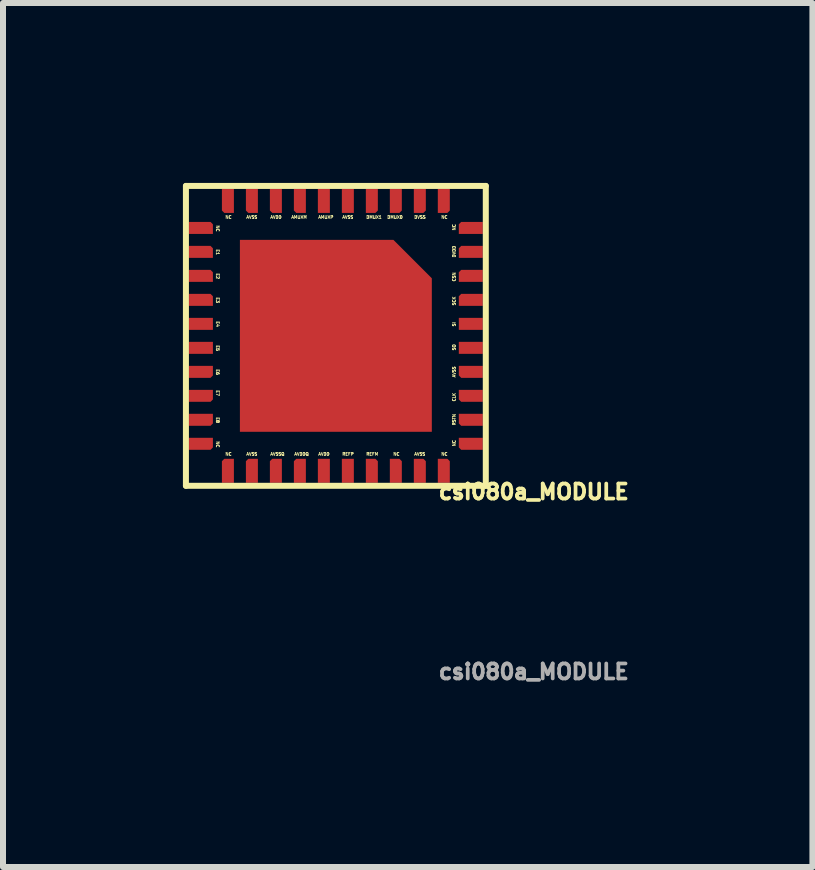
<source format=kicad_pcb>
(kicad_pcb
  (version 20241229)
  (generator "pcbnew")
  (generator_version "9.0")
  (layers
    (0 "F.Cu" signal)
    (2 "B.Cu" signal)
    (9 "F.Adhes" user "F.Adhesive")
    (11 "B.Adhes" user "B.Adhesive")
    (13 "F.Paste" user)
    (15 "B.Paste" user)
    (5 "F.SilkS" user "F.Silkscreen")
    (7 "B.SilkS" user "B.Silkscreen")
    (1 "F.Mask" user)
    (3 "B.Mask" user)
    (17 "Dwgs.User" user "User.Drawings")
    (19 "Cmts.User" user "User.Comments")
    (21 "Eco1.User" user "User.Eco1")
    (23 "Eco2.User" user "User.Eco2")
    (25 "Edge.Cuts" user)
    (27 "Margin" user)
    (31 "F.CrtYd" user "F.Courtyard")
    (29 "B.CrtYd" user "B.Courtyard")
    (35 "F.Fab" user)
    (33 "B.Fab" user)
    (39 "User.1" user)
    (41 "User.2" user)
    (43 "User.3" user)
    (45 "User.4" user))
  (footprint "csi080a_MODULE"
    (layer "F.Cu")
    (at 5.85 5.65)
    (property "Reference" "csi080a_MODULE" (at 0 -0.5 0) (unlocked yes) (layer "F.SilkS") (effects (font (size 0.25 0.25) (thickness 0.062))))
    (attr smd)
    (fp_line (start -5.8 -5.6) (end -0.8 -5.6) (stroke (width 0.1) (type default)) (layer "F.SilkS"))
    (fp_line (start -5.8 -0.6) (end -5.8 -5.6) (stroke (width 0.1) (type default)) (layer "F.SilkS"))
    (fp_line (start -0.8 -5.6) (end -0.8 -0.6) (stroke (width 0.1) (type default)) (layer "F.SilkS"))
    (fp_line (start -0.8 -0.6) (end -5.8 -0.6) (stroke (width 0.1) (type default)) (layer "F.SilkS"))
    (fp_text user "NC" (at -5.15 -1.1 0) (unlocked yes) (layer "F.SilkS") (effects (font (size 0.05 0.05) (thickness 0.013)) (justify left bottom)))
    (fp_text user "E8" (at -5.3 -1.75 270) (unlocked yes) (layer "F.SilkS") (effects (font (size 0.05 0.05) (thickness 0.013)) (justify left bottom)))
    (fp_text user "AVSS" (at -4.8 -1.1 0) (unlocked yes) (layer "F.SilkS") (effects (font (size 0.05 0.05) (thickness 0.013)) (justify left bottom)))
    (fp_text user "E3" (at -5.3 -3.75 270) (unlocked yes) (layer "F.SilkS") (effects (font (size 0.05 0.05) (thickness 0.013)) (justify left bottom)))
    (fp_text user "SO" (at -1.3 -2.85 90) (unlocked yes) (layer "F.SilkS") (effects (font (size 0.05 0.05) (thickness 0.013)) (justify left bottom)))
    (fp_text user "SI" (at -1.3 -3.25 90) (unlocked yes) (layer "F.SilkS") (effects (font (size 0.05 0.05) (thickness 0.013)) (justify left bottom)))
    (fp_text user "AVSS" (at -1.3 -2.4 90) (unlocked yes) (layer "F.SilkS") (effects (font (size 0.05 0.05) (thickness 0.013)) (justify left bottom)))
    (fp_text user "E5" (at -5.3 -2.95 270) (unlocked yes) (layer "F.SilkS") (effects (font (size 0.05 0.05) (thickness 0.013)) (justify left bottom)))
    (fp_text user "DMUX1" (at -2.8 -5.05 0) (unlocked yes) (layer "F.SilkS") (effects (font (size 0.05 0.05) (thickness 0.013)) (justify left bottom)))
    (fp_text user "AMUXM" (at -4.05 -5.05 0) (unlocked yes) (layer "F.SilkS") (effects (font (size 0.05 0.05) (thickness 0.013)) (justify left bottom)))
    (fp_text user "NC" (at -1.3 -1.25 90) (unlocked yes) (layer "F.SilkS") (effects (font (size 0.05 0.05) (thickness 0.013)) (justify left bottom)))
    (fp_text user "AVSS" (at -3.2 -5.05 0) (unlocked yes) (layer "F.SilkS") (effects (font (size 0.05 0.05) (thickness 0.013)) (justify left bottom)))
    (fp_text user "NC" (at -1.55 -1.1 0) (unlocked yes) (layer "F.SilkS") (effects (font (size 0.05 0.05) (thickness 0.013)) (justify left bottom)))
    (fp_text user "E7" (at -5.3 -2.2 270) (unlocked yes) (layer "F.SilkS") (effects (font (size 0.05 0.05) (thickness 0.013)) (justify left bottom)))
    (fp_text user "E4" (at -5.3 -3.35 270) (unlocked yes) (layer "F.SilkS") (effects (font (size 0.05 0.05) (thickness 0.013)) (justify left bottom)))
    (fp_text user "NC" (at -1.3 -4.85 90) (unlocked yes) (layer "F.SilkS") (effects (font (size 0.05 0.05) (thickness 0.013)) (justify left bottom)))
    (fp_text user "CSN" (at -1.3 -4 90) (unlocked yes) (layer "F.SilkS") (effects (font (size 0.05 0.05) (thickness 0.013)) (justify left bottom)))
    (fp_text user "RSTN" (at -1.3 -1.6 90) (unlocked yes) (layer "F.SilkS") (effects (font (size 0.05 0.05) (thickness 0.013)) (justify left bottom)))
    (fp_text user "NC" (at -2.35 -1.1 0) (unlocked yes) (layer "F.SilkS") (effects (font (size 0.05 0.05) (thickness 0.013)) (justify left bottom)))
    (fp_text user "SCK" (at -1.3 -3.6 90) (unlocked yes) (layer "F.SilkS") (effects (font (size 0.05 0.05) (thickness 0.013)) (justify left bottom)))
    (fp_text user "AVDD" (at -4.4 -5.05 0) (unlocked yes) (layer "F.SilkS") (effects (font (size 0.05 0.05) (thickness 0.013)) (justify left bottom)))
    (fp_text user "E6" (at -5.3 -2.55 270) (unlocked yes) (layer "F.SilkS") (effects (font (size 0.05 0.05) (thickness 0.013)) (justify left bottom)))
    (fp_text user "DMUX0" (at -2.45 -5.05 0) (unlocked yes) (layer "F.SilkS") (effects (font (size 0.05 0.05) (thickness 0.013)) (justify left bottom)))
    (fp_text user "NC" (at -5.3 -1.35 270) (unlocked yes) (layer "F.SilkS") (effects (font (size 0.05 0.05) (thickness 0.013)) (justify left bottom)))
    (fp_text user "DVDD" (at -1.3 -4.4 90) (unlocked yes) (layer "F.SilkS") (effects (font (size 0.05 0.05) (thickness 0.013)) (justify left bottom)))
    (fp_text user "CLK" (at -1.3 -2 90) (unlocked yes) (layer "F.SilkS") (effects (font (size 0.05 0.05) (thickness 0.013)) (justify left bottom)))
    (fp_text user "REFP" (at -3.2 -1.1 0) (unlocked yes) (layer "F.SilkS") (effects (font (size 0.05 0.05) (thickness 0.013)) (justify left bottom)))
    (fp_text user "AVDD" (at -3.6 -1.1 0) (unlocked yes) (layer "F.SilkS") (effects (font (size 0.05 0.05) (thickness 0.013)) (justify left bottom)))
    (fp_text user "AVSS" (at -4.8 -5.05 0) (unlocked yes) (layer "F.SilkS") (effects (font (size 0.05 0.05) (thickness 0.013)) (justify left bottom)))
    (fp_text user "AVDDQ" (at -4 -1.1 0) (unlocked yes) (layer "F.SilkS") (effects (font (size 0.05 0.05) (thickness 0.013)) (justify left bottom)))
    (fp_text user "E1" (at -5.3 -4.55 270) (unlocked yes) (layer "F.SilkS") (effects (font (size 0.05 0.05) (thickness 0.013)) (justify left bottom)))
    (fp_text user "NC" (at -5.15 -5.05 0) (unlocked yes) (layer "F.SilkS") (effects (font (size 0.05 0.05) (thickness 0.013)) (justify left bottom)))
    (fp_text user "AMUXP" (at -3.6 -5.05 0) (unlocked yes) (layer "F.SilkS") (effects (font (size 0.05 0.05) (thickness 0.013)) (justify left bottom)))
    (fp_text user "AVSS" (at -2 -1.1 0) (unlocked yes) (layer "F.SilkS") (effects (font (size 0.05 0.05) (thickness 0.013)) (justify left bottom)))
    (fp_text user "AVSSQ" (at -4.4 -1.1 0) (unlocked yes) (layer "F.SilkS") (effects (font (size 0.05 0.05) (thickness 0.013)) (justify left bottom)))
    (fp_text user "REFM" (at -2.8 -1.1 0) (unlocked yes) (layer "F.SilkS") (effects (font (size 0.05 0.05) (thickness 0.013)) (justify left bottom)))
    (fp_text user "NC" (at -1.55 -5.05 0) (unlocked yes) (layer "F.SilkS") (effects (font (size 0.05 0.05) (thickness 0.013)) (justify left bottom)))
    (fp_text user "DVSS" (at -2 -5.05 0) (unlocked yes) (layer "F.SilkS") (effects (font (size 0.05 0.05) (thickness 0.013)) (justify left bottom)))
    (fp_text user "E2" (at -5.3 -4.15 270) (unlocked yes) (layer "F.SilkS") (effects (font (size 0.05 0.05) (thickness 0.013)) (justify left bottom)))
    (fp_text user "NC" (at -5.3 -4.95 270) (unlocked yes) (layer "F.SilkS") (effects (font (size 0.05 0.05) (thickness 0.013)) (justify left bottom)))
    (fp_text user "${REFERENCE}" (at 0 2.5 0) (unlocked yes) (layer "F.Fab") (effects (font (size 0.25 0.25) (thickness 0.062))))
    (pad "1" smd roundrect (at -5.1 -5.35) (size 0.2 0.4) (layers "F.Cu" "F.Mask" "F.Paste") (roundrect_rratio 0) (chamfer_ratio 0.2) (chamfer bottom_left))
    (pad "2" smd roundrect (at -4.7 -5.35) (size 0.2 0.4) (layers "F.Cu" "F.Mask" "F.Paste") (roundrect_rratio 0) (chamfer_ratio 0.2) (chamfer bottom_left))
    (pad "3" smd roundrect (at -4.3 -5.35) (size 0.2 0.4) (layers "F.Cu" "F.Mask" "F.Paste") (roundrect_rratio 0) (chamfer_ratio 0.2) (chamfer bottom_left))
    (pad "4" smd roundrect (at -3.9 -5.35) (size 0.2 0.4) (layers "F.Cu" "F.Mask" "F.Paste") (roundrect_rratio 0) (chamfer_ratio 0.2) (chamfer bottom_left))
    (pad "5" smd roundrect (at -3.5 -5.35) (size 0.2 0.4) (layers "F.Cu" "F.Mask" "F.Paste") (roundrect_rratio 0) (chamfer_ratio 0.2) (chamfer))
    (pad "6" smd roundrect (at -3.1 -5.35) (size 0.2 0.4) (layers "F.Cu" "F.Mask" "F.Paste") (roundrect_rratio 0) (chamfer_ratio 0.2) (chamfer))
    (pad "7" smd roundrect (at -2.7 -5.35) (size 0.2 0.4) (layers "F.Cu" "F.Mask" "F.Paste") (roundrect_rratio 0) (chamfer_ratio 0.2) (chamfer bottom_right))
    (pad "8" smd roundrect (at -2.3 -5.35) (size 0.2 0.4) (layers "F.Cu" "F.Mask" "F.Paste") (roundrect_rratio 0) (chamfer_ratio 0.2) (chamfer bottom_right))
    (pad "9" smd roundrect (at -1.9 -5.35) (size 0.2 0.4) (layers "F.Cu" "F.Mask" "F.Paste") (roundrect_rratio 0) (chamfer_ratio 0.2) (chamfer bottom_right))
    (pad "10" smd roundrect (at -1.5 -5.35) (size 0.2 0.4) (layers "F.Cu" "F.Mask" "F.Paste") (roundrect_rratio 0) (chamfer_ratio 0.2) (chamfer bottom_right))
    (pad "11" smd roundrect (at -1.05 -4.9 90) (size 0.2 0.4) (layers "F.Cu" "F.Mask" "F.Paste") (roundrect_rratio 0) (chamfer_ratio 0.2) (chamfer top_right))
    (pad "12" smd roundrect (at -1.05 -4.5 90) (size 0.2 0.4) (layers "F.Cu" "F.Mask" "F.Paste") (roundrect_rratio 0) (chamfer_ratio 0.2) (chamfer top_right))
    (pad "13" smd roundrect (at -1.05 -4.1 90) (size 0.2 0.4) (layers "F.Cu" "F.Mask" "F.Paste") (roundrect_rratio 0) (chamfer_ratio 0.2) (chamfer top_right))
    (pad "14" smd roundrect (at -1.05 -3.7 90) (size 0.2 0.4) (layers "F.Cu" "F.Mask" "F.Paste") (roundrect_rratio 0) (chamfer_ratio 0.2) (chamfer top_right))
    (pad "15" smd roundrect (at -1.05 -3.3 90) (size 0.2 0.4) (layers "F.Cu" "F.Mask" "F.Paste") (roundrect_rratio 0) (chamfer_ratio 0.2) (chamfer))
    (pad "16" smd roundrect (at -1.05 -2.9 90) (size 0.2 0.4) (layers "F.Cu" "F.Mask" "F.Paste") (roundrect_rratio 0) (chamfer_ratio 0.2) (chamfer))
    (pad "17" smd roundrect (at -1.05 -2.5 90) (size 0.2 0.4) (layers "F.Cu" "F.Mask" "F.Paste") (roundrect_rratio 0) (chamfer_ratio 0.2) (chamfer top_left))
    (pad "18" smd roundrect (at -1.05 -2.1 90) (size 0.2 0.4) (layers "F.Cu" "F.Mask" "F.Paste") (roundrect_rratio 0) (chamfer_ratio 0.2) (chamfer top_left))
    (pad "19" smd roundrect (at -1.05 -1.7 90) (size 0.2 0.4) (layers "F.Cu" "F.Mask" "F.Paste") (roundrect_rratio 0) (chamfer_ratio 0.2) (chamfer top_left))
    (pad "20" smd roundrect (at -1.05 -1.3 90) (size 0.2 0.4) (layers "F.Cu" "F.Mask" "F.Paste") (roundrect_rratio 0) (chamfer_ratio 0.2) (chamfer top_left))
    (pad "21" smd roundrect (at -1.5 -0.85 180) (size 0.2 0.4) (layers "F.Cu" "F.Mask" "F.Paste") (roundrect_rratio 0) (chamfer_ratio 0.2) (chamfer bottom_left))
    (pad "22" smd roundrect (at -1.9 -0.85 180) (size 0.2 0.4) (layers "F.Cu" "F.Mask" "F.Paste") (roundrect_rratio 0) (chamfer_ratio 0.2) (chamfer bottom_left))
    (pad "23" smd roundrect (at -2.3 -0.85 180) (size 0.2 0.4) (layers "F.Cu" "F.Mask" "F.Paste") (roundrect_rratio 0) (chamfer_ratio 0.2) (chamfer bottom_left))
    (pad "24" smd roundrect (at -2.7 -0.85 180) (size 0.2 0.4) (layers "F.Cu" "F.Mask" "F.Paste") (roundrect_rratio 0) (chamfer_ratio 0.2) (chamfer bottom_left))
    (pad "25" smd roundrect (at -3.1 -0.85 180) (size 0.2 0.4) (layers "F.Cu" "F.Mask" "F.Paste") (roundrect_rratio 0) (chamfer_ratio 0.2) (chamfer))
    (pad "26" smd roundrect (at -3.5 -0.85 180) (size 0.2 0.4) (layers "F.Cu" "F.Mask" "F.Paste") (roundrect_rratio 0) (chamfer_ratio 0.2) (chamfer))
    (pad "27" smd roundrect (at -3.9 -0.85 180) (size 0.2 0.4) (layers "F.Cu" "F.Mask" "F.Paste") (roundrect_rratio 0) (chamfer_ratio 0.2) (chamfer bottom_right))
    (pad "28" smd roundrect (at -4.3 -0.85 180) (size 0.2 0.4) (layers "F.Cu" "F.Mask" "F.Paste") (roundrect_rratio 0) (chamfer_ratio 0.2) (chamfer bottom_right))
    (pad "29" smd roundrect (at -4.7 -0.85 180) (size 0.2 0.4) (layers "F.Cu" "F.Mask" "F.Paste") (roundrect_rratio 0) (chamfer_ratio 0.2) (chamfer bottom_right))
    (pad "30" smd roundrect (at -5.1 -0.85 180) (size 0.2 0.4) (layers "F.Cu" "F.Mask" "F.Paste") (roundrect_rratio 0) (chamfer_ratio 0.2) (chamfer bottom_right))
    (pad "31" smd roundrect (at -5.55 -1.3 270) (size 0.2 0.4) (layers "F.Cu" "F.Mask" "F.Paste") (roundrect_rratio 0) (chamfer_ratio 0.2) (chamfer top_right))
    (pad "32" smd roundrect (at -5.55 -1.7 270) (size 0.2 0.4) (layers "F.Cu" "F.Mask" "F.Paste") (roundrect_rratio 0) (chamfer_ratio 0.2) (chamfer top_right))
    (pad "33" smd roundrect (at -5.55 -2.1 270) (size 0.2 0.4) (layers "F.Cu" "F.Mask" "F.Paste") (roundrect_rratio 0) (chamfer_ratio 0.2) (chamfer top_right))
    (pad "34" smd roundrect (at -5.55 -2.5 270) (size 0.2 0.4) (layers "F.Cu" "F.Mask" "F.Paste") (roundrect_rratio 0) (chamfer_ratio 0.2) (chamfer top_right))
    (pad "35" smd roundrect (at -5.55 -2.9 270) (size 0.2 0.4) (layers "F.Cu" "F.Mask" "F.Paste") (roundrect_rratio 0) (chamfer_ratio 0.2) (chamfer))
    (pad "36" smd roundrect (at -5.55 -3.3 270) (size 0.2 0.4) (layers "F.Cu" "F.Mask" "F.Paste") (roundrect_rratio 0) (chamfer_ratio 0.2) (chamfer))
    (pad "37" smd roundrect (at -5.55 -3.7 270) (size 0.2 0.4) (layers "F.Cu" "F.Mask" "F.Paste") (roundrect_rratio 0) (chamfer_ratio 0.2) (chamfer top_left))
    (pad "38" smd roundrect (at -5.55 -4.1 270) (size 0.2 0.4) (layers "F.Cu" "F.Mask" "F.Paste") (roundrect_rratio 0) (chamfer_ratio 0.2) (chamfer top_left))
    (pad "39" smd roundrect (at -5.55 -4.5 270) (size 0.2 0.4) (layers "F.Cu" "F.Mask" "F.Paste") (roundrect_rratio 0) (chamfer_ratio 0.2) (chamfer top_left))
    (pad "40" smd roundrect (at -5.55 -4.9 270) (size 0.2 0.4) (layers "F.Cu" "F.Mask" "F.Paste") (roundrect_rratio 0) (chamfer_ratio 0.2) (chamfer top_left))
    (pad "41" smd roundrect (at -3.3 -3.1) (size 3.2 3.2) (layers "F.Cu" "F.Mask" "F.Paste") (roundrect_rratio 0) (chamfer_ratio 0.2) (chamfer top_right))
    (zone (net_name "") (layer "F.SilkS") (hatch edge 0.2) (connect_pads) (min_thickness 0.25) (filled_areas_thickness no) (keepout (tracks allowed) (vias allowed) (pads not_allowed) (copperpour allowed) (footprints not_allowed)) (placement (enabled no)) (fill) (polygon (pts (xy 0.05 0.05) (xy 5.05 0.05) (xy 5.05 5.05) (xy 0.05 5.05)))))
  (gr_rect
    (start -3 -3)
    (end 10.496 11.406)
    (stroke (width 0.1) (type default))
    (fill no)
    (layer "Edge.Cuts")))
</source>
